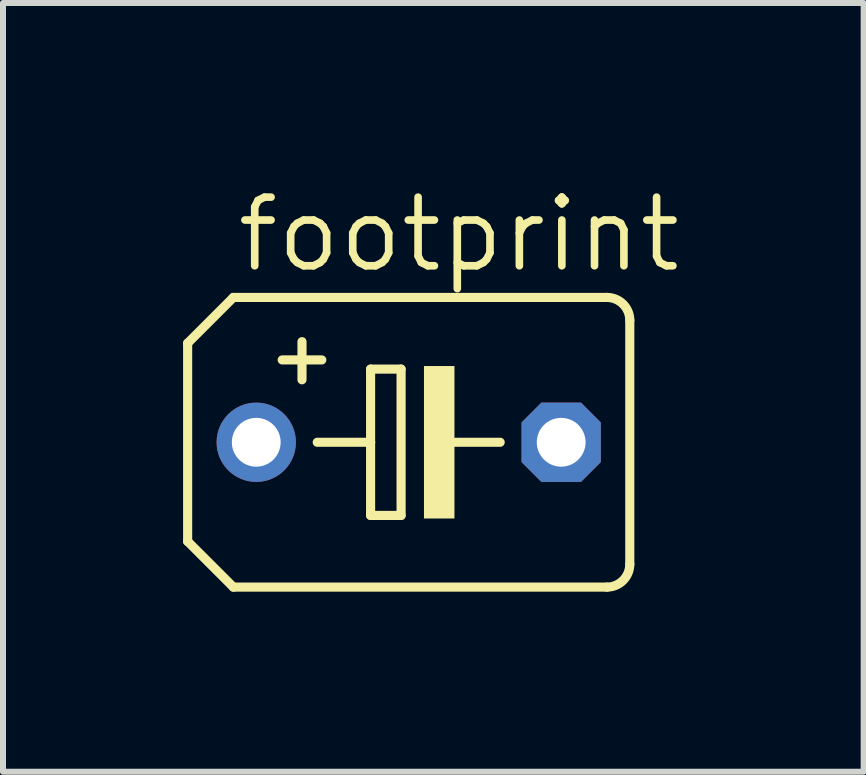
<source format=kicad_pcb>
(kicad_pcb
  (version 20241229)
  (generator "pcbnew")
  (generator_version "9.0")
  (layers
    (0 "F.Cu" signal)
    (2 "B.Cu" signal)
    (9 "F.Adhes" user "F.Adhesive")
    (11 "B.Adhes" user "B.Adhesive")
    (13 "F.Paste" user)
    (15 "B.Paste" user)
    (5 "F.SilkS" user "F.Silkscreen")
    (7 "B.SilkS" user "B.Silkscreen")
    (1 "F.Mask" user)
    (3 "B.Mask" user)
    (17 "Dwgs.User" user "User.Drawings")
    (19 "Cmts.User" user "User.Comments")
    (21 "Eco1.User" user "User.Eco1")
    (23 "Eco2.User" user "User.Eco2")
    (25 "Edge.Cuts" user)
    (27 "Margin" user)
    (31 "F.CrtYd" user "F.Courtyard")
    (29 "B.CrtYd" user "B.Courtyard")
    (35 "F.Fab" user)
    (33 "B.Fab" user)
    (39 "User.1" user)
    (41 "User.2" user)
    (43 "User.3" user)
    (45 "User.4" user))
  (footprint "footprint"
    (layer "F.Cu")
    (at 3.759 4.318)
    (property "Reference" "footprint" (at -2.921 -2.794 0) (layer "F.SilkS") (effects (font (size 1.143 1.143) (thickness 0.127)) (justify left bottom)))
    (fp_line (start -3.683 -1.651) (end -3.683 1.651) (stroke (width 0.152) (type solid)) (layer "F.SilkS"))
    (fp_line (start -3.683 -1.651) (end -2.921 -2.413) (stroke (width 0.152) (type solid)) (layer "F.SilkS"))
    (fp_line (start -2.921 2.413) (end -3.683 1.651) (stroke (width 0.152) (type solid)) (layer "F.SilkS"))
    (fp_line (start -2.921 2.413) (end 3.302 2.413) (stroke (width 0.152) (type solid)) (layer "F.SilkS"))
    (fp_line (start -1.778 -1.676) (end -1.778 -1.041) (stroke (width 0.152) (type solid)) (layer "F.SilkS"))
    (fp_line (start -1.524 0) (end -0.635 0) (stroke (width 0.152) (type solid)) (layer "F.SilkS"))
    (fp_line (start -1.448 -1.372) (end -2.108 -1.372) (stroke (width 0.152) (type solid)) (layer "F.SilkS"))
    (fp_line (start -0.635 -1.219) (end -0.635 0) (stroke (width 0.152) (type solid)) (layer "F.SilkS"))
    (fp_line (start -0.635 0) (end -0.635 1.219) (stroke (width 0.152) (type solid)) (layer "F.SilkS"))
    (fp_line (start -0.635 1.219) (end -0.127 1.219) (stroke (width 0.152) (type solid)) (layer "F.SilkS"))
    (fp_line (start -0.127 -1.219) (end -0.635 -1.219) (stroke (width 0.152) (type solid)) (layer "F.SilkS"))
    (fp_line (start -0.127 1.219) (end -0.127 -1.219) (stroke (width 0.152) (type solid)) (layer "F.SilkS"))
    (fp_line (start 0.635 0) (end 1.524 0) (stroke (width 0.152) (type solid)) (layer "F.SilkS"))
    (fp_line (start 3.302 -2.413) (end -2.921 -2.413) (stroke (width 0.152) (type solid)) (layer "F.SilkS"))
    (fp_line (start 3.683 -2.032) (end 3.683 2.032) (stroke (width 0.152) (type solid)) (layer "F.SilkS"))
    (fp_arc (start 3.302 -2.413) (mid 3.571408 -2.301408) (end 3.683 -2.032) (stroke (width 0.1524) (type solid)) (layer "F.SilkS"))
    (fp_arc (start 3.683 2.032) (mid 3.571408 2.301408) (end 3.302 2.413) (stroke (width 0.1524) (type solid)) (layer "F.SilkS"))
    (fp_poly (pts (xy 0.254 1.27) (xy 0.762 1.27) (xy 0.762 -1.27) (xy 0.254 -1.27)) (stroke (width 0) (type solid)) (fill yes) (layer "F.SilkS"))
    (pad "+" thru_hole circle (at -2.54 0) (size 1.321 1.321) (drill 0.813) (layers "*.Cu" "*.Mask"))
    (pad "-" thru_hole roundrect (at 2.54 0) (size 1.321 1.321) (drill 0.813) (layers "*.Cu" "*.Mask") (roundrect_rratio 0.25) (chamfer_ratio 0.25) (chamfer top_left top_right bottom_left bottom_right)))
  (gr_rect
    (start -3 -3)
    (end 11.338 9.807)
    (stroke (width 0.1) (type default))
    (fill no)
    (layer "Edge.Cuts")))
</source>
